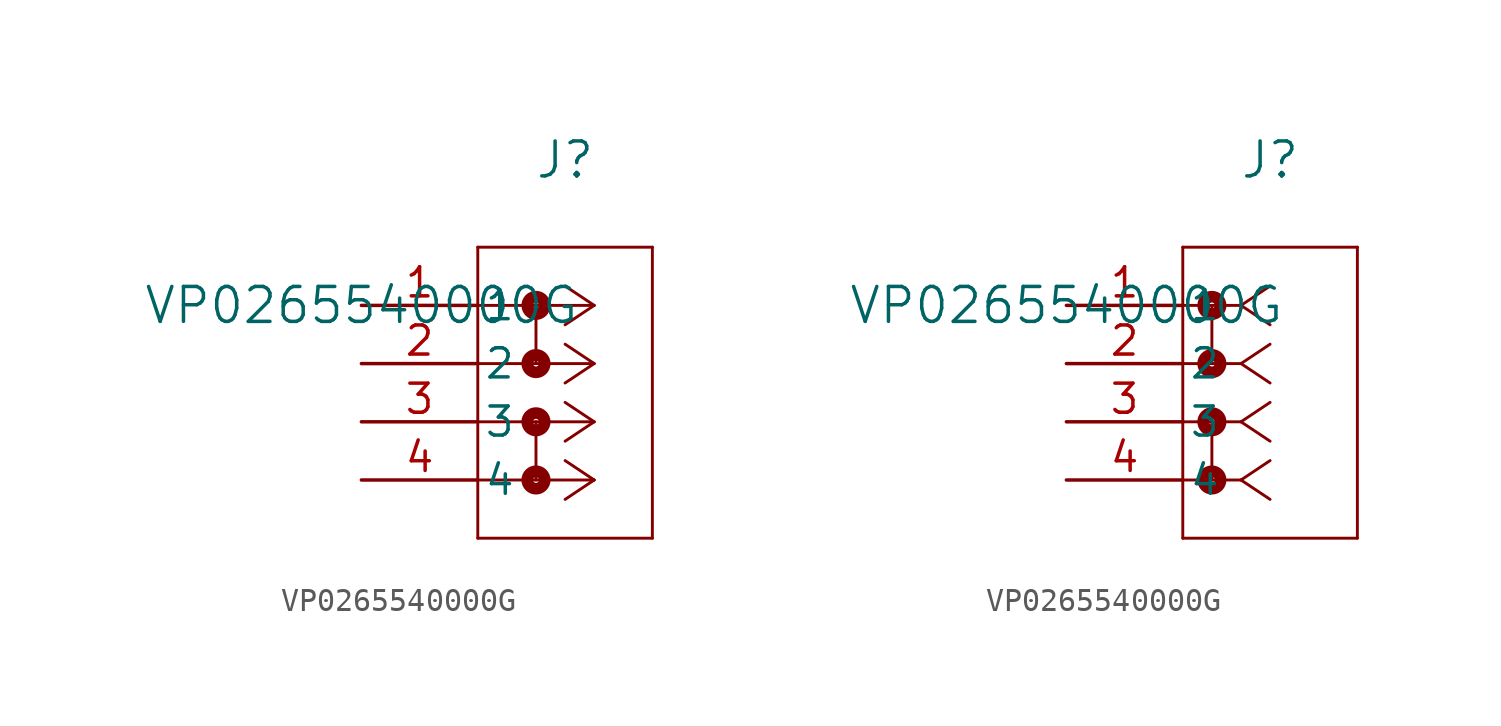
<source format=kicad_sym>
(kicad_symbol_lib
  (version 20211014)
  (generator kicad_symbol_editor)
  (symbol "VP0265540000G"
    (pin_names
      (offset 0.254))
    (property "Reference" "J"
      (at 8.89 6.35 0)
      (effects (font (size 1.524 1.524))))
    (property "Value" "VP0265540000G"
      (at 0 0 0)
      (effects (font (size 1.524 1.524))))
    (symbol "VP0265540000G_1_1"
      (polyline (pts (xy 10.16 0) (xy 5.08 0)) (stroke (width 0.127) (type default) (color 0 0 0 0)) (fill (type none)))
      (polyline (pts (xy 10.16 -2.54) (xy 5.08 -2.54)) (stroke (width 0.127) (type default) (color 0 0 0 0)) (fill (type none)))
      (polyline (pts (xy 10.16 -5.08) (xy 5.08 -5.08)) (stroke (width 0.127) (type default) (color 0 0 0 0)) (fill (type none)))
      (polyline (pts (xy 10.16 -7.62) (xy 5.08 -7.62)) (stroke (width 0.127) (type default) (color 0 0 0 0)) (fill (type none)))
      (polyline (pts (xy 10.16 0) (xy 8.89 0.847)) (stroke (width 0.127) (type default) (color 0 0 0 0)) (fill (type none)))
      (polyline (pts (xy 10.16 -2.54) (xy 8.89 -1.693)) (stroke (width 0.127) (type default) (color 0 0 0 0)) (fill (type none)))
      (polyline (pts (xy 10.16 -5.08) (xy 8.89 -4.233)) (stroke (width 0.127) (type default) (color 0 0 0 0)) (fill (type none)))
      (polyline (pts (xy 10.16 -7.62) (xy 8.89 -6.773)) (stroke (width 0.127) (type default) (color 0 0 0 0)) (fill (type none)))
      (polyline (pts (xy 10.16 0) (xy 8.89 -0.847)) (stroke (width 0.127) (type default) (color 0 0 0 0)) (fill (type none)))
      (polyline (pts (xy 10.16 -2.54) (xy 8.89 -3.387)) (stroke (width 0.127) (type default) (color 0 0 0 0)) (fill (type none)))
      (polyline (pts (xy 10.16 -5.08) (xy 8.89 -5.927)) (stroke (width 0.127) (type default) (color 0 0 0 0)) (fill (type none)))
      (polyline (pts (xy 10.16 -7.62) (xy 8.89 -8.467)) (stroke (width 0.127) (type default) (color 0 0 0 0)) (fill (type none)))
      (polyline (pts (xy 5.08 2.54) (xy 5.08 -10.16)) (stroke (width 0.127) (type default) (color 0 0 0 0)) (fill (type none)))
      (polyline (pts (xy 5.08 -10.16) (xy 12.7 -10.16)) (stroke (width 0.127) (type default) (color 0 0 0 0)) (fill (type none)))
      (polyline (pts (xy 12.7 -10.16) (xy 12.7 2.54)) (stroke (width 0.127) (type default) (color 0 0 0 0)) (fill (type none)))
      (polyline (pts (xy 12.7 2.54) (xy 5.08 2.54)) (stroke (width 0.127) (type default) (color 0 0 0 0)) (fill (type none)))
      (circle (center 7.62 0) (radius 0.127) (stroke (width 0.508) (type default) (color 0 0 0 0)) (fill (type none)))
      (polyline (pts (xy 7.62 0) (xy 7.62 -2.54)) (stroke (width 0.127) (type default) (color 0 0 0 0)) (fill (type none)))
      (circle (center 7.62 -2.54) (radius 0.127) (stroke (width 0.508) (type default) (color 0 0 0 0)) (fill (type none)))
      (circle (center 7.62 -5.08) (radius 0.127) (stroke (width 0.508) (type default) (color 0 0 0 0)) (fill (type none)))
      (polyline (pts (xy 7.62 -5.08) (xy 7.62 -7.62)) (stroke (width 0.127) (type default) (color 0 0 0 0)) (fill (type none)))
      (circle (center 7.62 -7.62) (radius 0.127) (stroke (width 0.508) (type default) (color 0 0 0 0)) (fill (type none)))
      (pin unspecified line (at 0 0 0) (length 5.08) (name "1" (effects (font (size 1.27 1.27)))) (number "1" (effects (font (size 1.27 1.27)))))
      (pin unspecified line (at 0 -2.54 0) (length 5.08) (name "2" (effects (font (size 1.27 1.27)))) (number "2" (effects (font (size 1.27 1.27)))))
      (pin unspecified line (at 0 -5.08 0) (length 5.08) (name "3" (effects (font (size 1.27 1.27)))) (number "3" (effects (font (size 1.27 1.27)))))
      (pin unspecified line (at 0 -7.62 0) (length 5.08) (name "4" (effects (font (size 1.27 1.27)))) (number "4" (effects (font (size 1.27 1.27))))))
    (symbol "VP0265540000G_1_2"
      (polyline (pts (xy 7.62 0) (xy 5.08 0)) (stroke (width 0.127) (type default) (color 0 0 0 0)) (fill (type none)))
      (polyline (pts (xy 7.62 -2.54) (xy 5.08 -2.54)) (stroke (width 0.127) (type default) (color 0 0 0 0)) (fill (type none)))
      (polyline (pts (xy 7.62 -5.08) (xy 5.08 -5.08)) (stroke (width 0.127) (type default) (color 0 0 0 0)) (fill (type none)))
      (polyline (pts (xy 7.62 -7.62) (xy 5.08 -7.62)) (stroke (width 0.127) (type default) (color 0 0 0 0)) (fill (type none)))
      (polyline (pts (xy 7.62 0) (xy 8.89 0.847)) (stroke (width 0.127) (type default) (color 0 0 0 0)) (fill (type none)))
      (polyline (pts (xy 7.62 -2.54) (xy 8.89 -1.693)) (stroke (width 0.127) (type default) (color 0 0 0 0)) (fill (type none)))
      (polyline (pts (xy 7.62 -5.08) (xy 8.89 -4.233)) (stroke (width 0.127) (type default) (color 0 0 0 0)) (fill (type none)))
      (polyline (pts (xy 7.62 -7.62) (xy 8.89 -6.773)) (stroke (width 0.127) (type default) (color 0 0 0 0)) (fill (type none)))
      (polyline (pts (xy 7.62 0) (xy 8.89 -0.847)) (stroke (width 0.127) (type default) (color 0 0 0 0)) (fill (type none)))
      (polyline (pts (xy 7.62 -2.54) (xy 8.89 -3.387)) (stroke (width 0.127) (type default) (color 0 0 0 0)) (fill (type none)))
      (polyline (pts (xy 7.62 -5.08) (xy 8.89 -5.927)) (stroke (width 0.127) (type default) (color 0 0 0 0)) (fill (type none)))
      (polyline (pts (xy 7.62 -7.62) (xy 8.89 -8.467)) (stroke (width 0.127) (type default) (color 0 0 0 0)) (fill (type none)))
      (polyline (pts (xy 5.08 2.54) (xy 5.08 -10.16)) (stroke (width 0.127) (type default) (color 0 0 0 0)) (fill (type none)))
      (polyline (pts (xy 5.08 -10.16) (xy 12.7 -10.16)) (stroke (width 0.127) (type default) (color 0 0 0 0)) (fill (type none)))
      (polyline (pts (xy 12.7 -10.16) (xy 12.7 2.54)) (stroke (width 0.127) (type default) (color 0 0 0 0)) (fill (type none)))
      (polyline (pts (xy 12.7 2.54) (xy 5.08 2.54)) (stroke (width 0.127) (type default) (color 0 0 0 0)) (fill (type none)))
      (circle (center 6.35 0) (radius 0.127) (stroke (width 0.508) (type default) (color 0 0 0 0)) (fill (type none)))
      (polyline (pts (xy 6.35 0) (xy 6.35 -2.54)) (stroke (width 0.127) (type default) (color 0 0 0 0)) (fill (type none)))
      (circle (center 6.35 -2.54) (radius 0.127) (stroke (width 0.508) (type default) (color 0 0 0 0)) (fill (type none)))
      (circle (center 6.35 -5.08) (radius 0.127) (stroke (width 0.508) (type default) (color 0 0 0 0)) (fill (type none)))
      (polyline (pts (xy 6.35 -5.08) (xy 6.35 -7.62)) (stroke (width 0.127) (type default) (color 0 0 0 0)) (fill (type none)))
      (circle (center 6.35 -7.62) (radius 0.127) (stroke (width 0.508) (type default) (color 0 0 0 0)) (fill (type none)))
      (pin unspecified line (at 0 0 0) (length 5.08) (name "1" (effects (font (size 1.27 1.27)))) (number "1" (effects (font (size 1.27 1.27)))))
      (pin unspecified line (at 0 -2.54 0) (length 5.08) (name "2" (effects (font (size 1.27 1.27)))) (number "2" (effects (font (size 1.27 1.27)))))
      (pin unspecified line (at 0 -5.08 0) (length 5.08) (name "3" (effects (font (size 1.27 1.27)))) (number "3" (effects (font (size 1.27 1.27)))))
      (pin unspecified line (at 0 -7.62 0) (length 5.08) (name "4" (effects (font (size 1.27 1.27)))) (number "4" (effects (font (size 1.27 1.27))))))))
</source>
